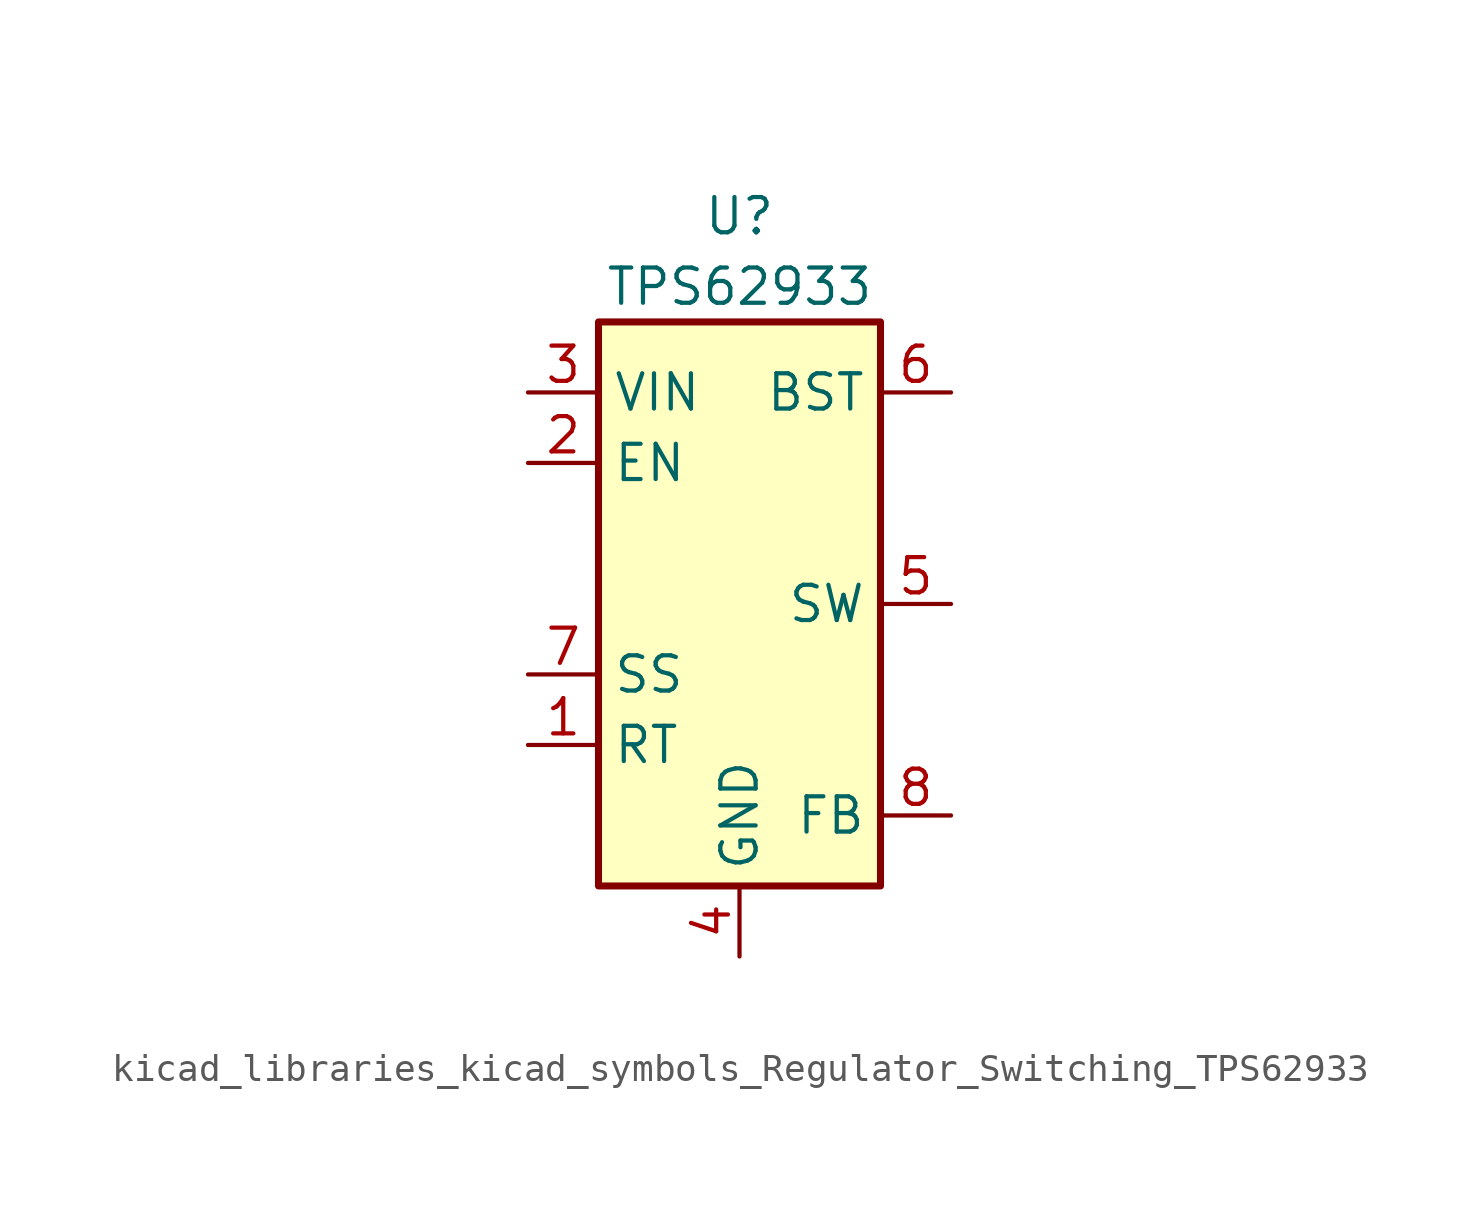
<source format=kicad_sym>
(kicad_symbol_lib
  (version 20220914)
  (generator kicad_symbol_editor)
  (symbol "kicad_libraries_kicad_symbols_Regulator_Switching_TPS62933"
    (property "Reference" "U"
      (at 0 13.97 0)
      (effects (font (size 1.27 1.27))))
    (property "Value" "TPS62933"
      (at 0 11.43 0)
      (effects (font (size 1.27 1.27))))
    (symbol "kicad_libraries_kicad_symbols_Regulator_Switching_TPS62933_0_1"
      (rectangle (start -5.08 10.16) (end 5.08 -10.16) (stroke (width 0.254) (type default)) (fill (type background))))
    (symbol "kicad_libraries_kicad_symbols_Regulator_Switching_TPS62933_1_1"
      (pin passive line (at -7.62 -5.08 0) (length 2.54) (name "RT" (effects (font (size 1.27 1.27)))) (number "1" (effects (font (size 1.27 1.27)))))
      (pin input line (at -7.62 5.08 0) (length 2.54) (name "EN" (effects (font (size 1.27 1.27)))) (number "2" (effects (font (size 1.27 1.27)))))
      (pin power_in line (at -7.62 7.62 0) (length 2.54) (name "VIN" (effects (font (size 1.27 1.27)))) (number "3" (effects (font (size 1.27 1.27)))))
      (pin power_in line (at 0 -12.7 90) (length 2.54) (name "GND" (effects (font (size 1.27 1.27)))) (number "4" (effects (font (size 1.27 1.27)))))
      (pin output line (at 7.62 0 180) (length 2.54) (name "SW" (effects (font (size 1.27 1.27)))) (number "5" (effects (font (size 1.27 1.27)))))
      (pin passive line (at 7.62 7.62 180) (length 2.54) (name "BST" (effects (font (size 1.27 1.27)))) (number "6" (effects (font (size 1.27 1.27)))))
      (pin passive line (at -7.62 -2.54 0) (length 2.54) (name "SS" (effects (font (size 1.27 1.27)))) (number "7" (effects (font (size 1.27 1.27)))))
      (pin input line (at 7.62 -7.62 180) (length 2.54) (name "FB" (effects (font (size 1.27 1.27)))) (number "8" (effects (font (size 1.27 1.27))))))))
</source>
